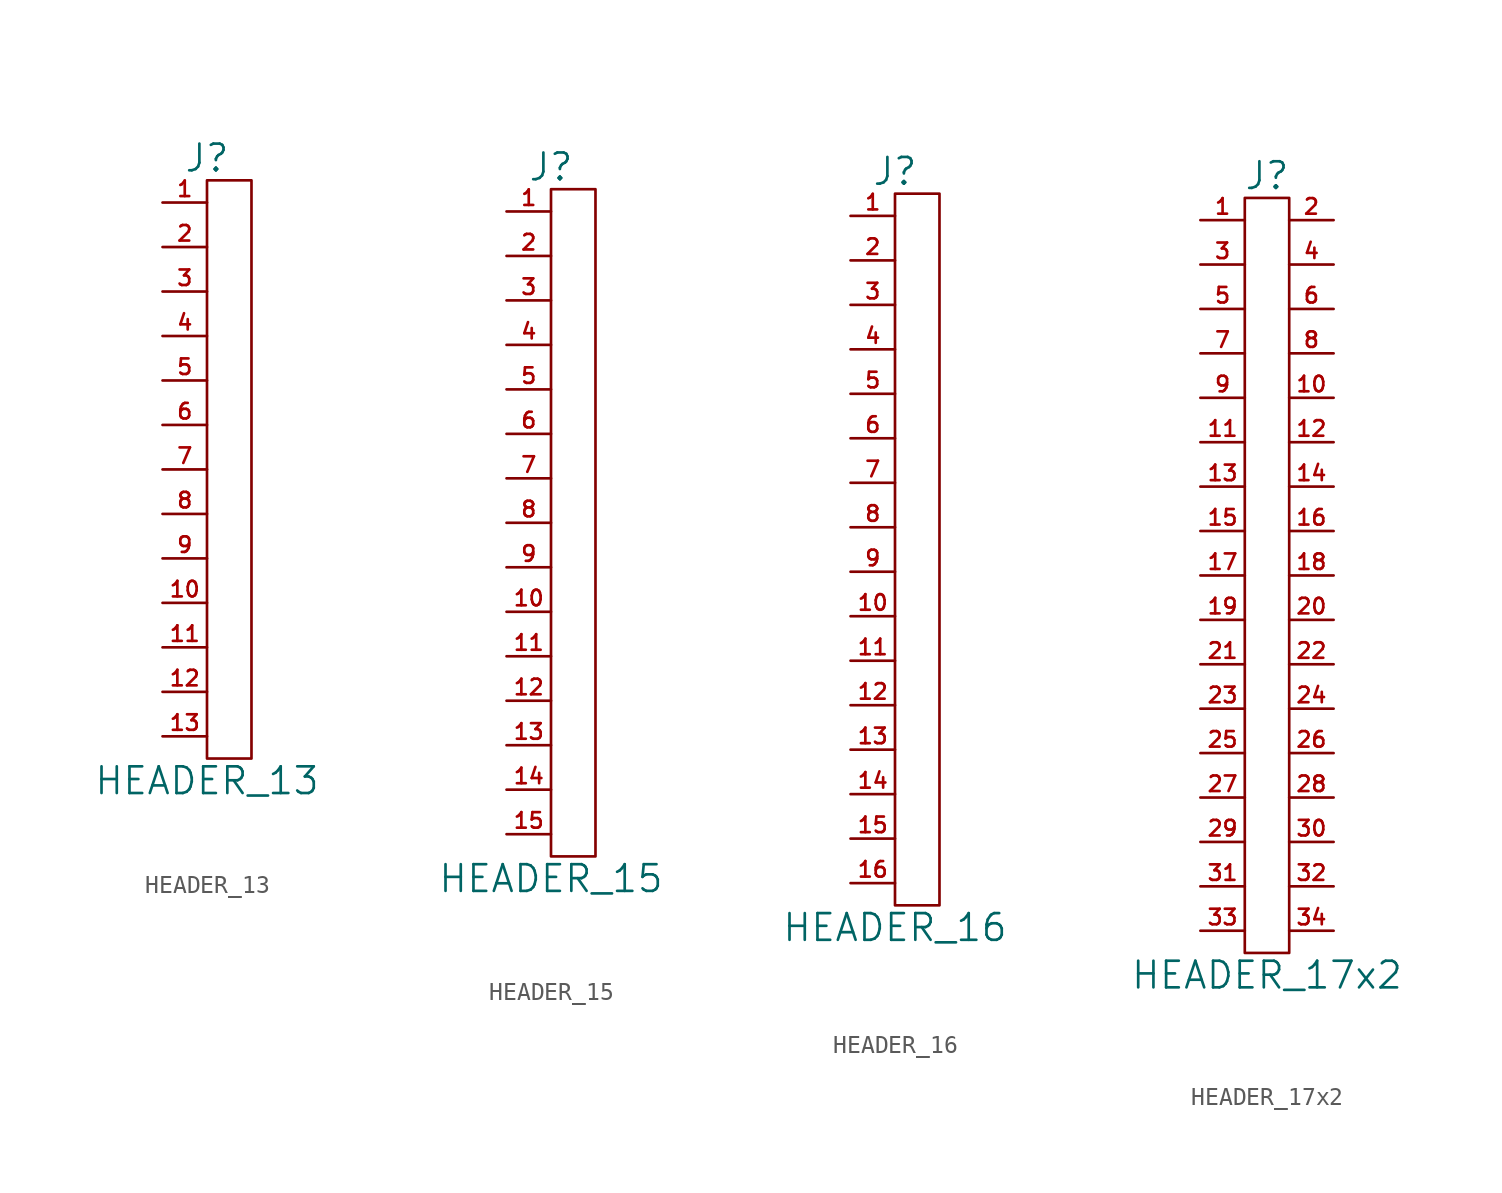
<source format=kicad_sym>
(kicad_symbol_lib
  (version 20211014)
  (generator kicad_symbol_editor)
  (symbol "HEADER_13"
    (pin_names
      (offset 0))
    (property "Reference" "J"
      (at 0 17.78 0)
      (effects (font (size 1.524 1.524))))
    (property "Value" "HEADER_13"
      (at 0 -17.78 0)
      (effects (font (size 1.524 1.524))))
    (property "Footprint" ""
      (at 0 0 0)
      (effects (font (size 1.524 1.524))))
    (property "Datasheet" ""
      (at 0 0 0)
      (effects (font (size 1.524 1.524))))
    (symbol "HEADER_13_0_1"
      (rectangle (start 2.54 16.51) (end 0 -16.51) (stroke (width 0) (type default) (color 0 0 0 0)) (fill (type none))))
    (symbol "HEADER_13_1_1"
      (pin passive line (at -2.54 15.24 0) (length 2.54) (name "~" (effects (font (size 1.27 1.27)))) (number "1" (effects (font (size 0.889 0.889)))))
      (pin passive line (at -2.54 -7.62 0) (length 2.54) (name "~" (effects (font (size 1.27 1.27)))) (number "10" (effects (font (size 0.889 0.889)))))
      (pin passive line (at -2.54 -10.16 0) (length 2.54) (name "~" (effects (font (size 1.27 1.27)))) (number "11" (effects (font (size 0.889 0.889)))))
      (pin passive line (at -2.54 -12.7 0) (length 2.54) (name "~" (effects (font (size 1.27 1.27)))) (number "12" (effects (font (size 0.889 0.889)))))
      (pin passive line (at -2.54 -15.24 0) (length 2.54) (name "~" (effects (font (size 1.27 1.27)))) (number "13" (effects (font (size 0.889 0.889)))))
      (pin passive line (at -2.54 12.7 0) (length 2.54) (name "~" (effects (font (size 1.27 1.27)))) (number "2" (effects (font (size 0.889 0.889)))))
      (pin passive line (at -2.54 10.16 0) (length 2.54) (name "~" (effects (font (size 1.27 1.27)))) (number "3" (effects (font (size 0.889 0.889)))))
      (pin passive line (at -2.54 7.62 0) (length 2.54) (name "~" (effects (font (size 1.27 1.27)))) (number "4" (effects (font (size 0.889 0.889)))))
      (pin passive line (at -2.54 5.08 0) (length 2.54) (name "~" (effects (font (size 1.27 1.27)))) (number "5" (effects (font (size 0.889 0.889)))))
      (pin passive line (at -2.54 2.54 0) (length 2.54) (name "~" (effects (font (size 1.27 1.27)))) (number "6" (effects (font (size 0.889 0.889)))))
      (pin passive line (at -2.54 0 0) (length 2.54) (name "~" (effects (font (size 1.27 1.27)))) (number "7" (effects (font (size 0.889 0.889)))))
      (pin passive line (at -2.54 -2.54 0) (length 2.54) (name "~" (effects (font (size 1.27 1.27)))) (number "8" (effects (font (size 0.889 0.889)))))
      (pin passive line (at -2.54 -5.08 0) (length 2.54) (name "~" (effects (font (size 1.27 1.27)))) (number "9" (effects (font (size 0.889 0.889)))))))
  (symbol "HEADER_15"
    (pin_names
      (offset 0))
    (property "Reference" "J"
      (at 0 20.32 0)
      (effects (font (size 1.524 1.524))))
    (property "Value" "HEADER_15"
      (at 0 -20.32 0)
      (effects (font (size 1.524 1.524))))
    (property "Footprint" ""
      (at 0 0 0)
      (effects (font (size 1.524 1.524))))
    (property "Datasheet" ""
      (at 0 0 0)
      (effects (font (size 1.524 1.524))))
    (symbol "HEADER_15_0_1"
      (rectangle (start 2.54 19.05) (end 0 -19.05) (stroke (width 0) (type default) (color 0 0 0 0)) (fill (type none))))
    (symbol "HEADER_15_1_1"
      (pin passive line (at -2.54 17.78 0) (length 2.54) (name "~" (effects (font (size 1.27 1.27)))) (number "1" (effects (font (size 0.889 0.889)))))
      (pin passive line (at -2.54 -5.08 0) (length 2.54) (name "~" (effects (font (size 1.27 1.27)))) (number "10" (effects (font (size 0.889 0.889)))))
      (pin passive line (at -2.54 -7.62 0) (length 2.54) (name "~" (effects (font (size 1.27 1.27)))) (number "11" (effects (font (size 0.889 0.889)))))
      (pin passive line (at -2.54 -10.16 0) (length 2.54) (name "~" (effects (font (size 1.27 1.27)))) (number "12" (effects (font (size 0.889 0.889)))))
      (pin passive line (at -2.54 -12.7 0) (length 2.54) (name "~" (effects (font (size 1.27 1.27)))) (number "13" (effects (font (size 0.889 0.889)))))
      (pin passive line (at -2.54 -15.24 0) (length 2.54) (name "~" (effects (font (size 1.27 1.27)))) (number "14" (effects (font (size 0.889 0.889)))))
      (pin passive line (at -2.54 -17.78 0) (length 2.54) (name "~" (effects (font (size 1.27 1.27)))) (number "15" (effects (font (size 0.889 0.889)))))
      (pin passive line (at -2.54 15.24 0) (length 2.54) (name "~" (effects (font (size 1.27 1.27)))) (number "2" (effects (font (size 0.889 0.889)))))
      (pin passive line (at -2.54 12.7 0) (length 2.54) (name "~" (effects (font (size 1.27 1.27)))) (number "3" (effects (font (size 0.889 0.889)))))
      (pin passive line (at -2.54 10.16 0) (length 2.54) (name "~" (effects (font (size 1.27 1.27)))) (number "4" (effects (font (size 0.889 0.889)))))
      (pin passive line (at -2.54 7.62 0) (length 2.54) (name "~" (effects (font (size 1.27 1.27)))) (number "5" (effects (font (size 0.889 0.889)))))
      (pin passive line (at -2.54 5.08 0) (length 2.54) (name "~" (effects (font (size 1.27 1.27)))) (number "6" (effects (font (size 0.889 0.889)))))
      (pin passive line (at -2.54 2.54 0) (length 2.54) (name "~" (effects (font (size 1.27 1.27)))) (number "7" (effects (font (size 0.889 0.889)))))
      (pin passive line (at -2.54 0 0) (length 2.54) (name "~" (effects (font (size 1.27 1.27)))) (number "8" (effects (font (size 0.889 0.889)))))
      (pin passive line (at -2.54 -2.54 0) (length 2.54) (name "~" (effects (font (size 1.27 1.27)))) (number "9" (effects (font (size 0.889 0.889)))))))
  (symbol "HEADER_16"
    (pin_names
      (offset 0))
    (property "Reference" "J"
      (at 0 21.59 0)
      (effects (font (size 1.524 1.524))))
    (property "Value" "HEADER_16"
      (at 0 -21.59 0)
      (effects (font (size 1.524 1.524))))
    (property "Footprint" ""
      (at 0 0 0)
      (effects (font (size 1.524 1.524))))
    (property "Datasheet" ""
      (at 0 0 0)
      (effects (font (size 1.524 1.524))))
    (symbol "HEADER_16_0_1"
      (rectangle (start 2.54 20.32) (end 0 -20.32) (stroke (width 0) (type default) (color 0 0 0 0)) (fill (type none))))
    (symbol "HEADER_16_1_1"
      (pin passive line (at -2.54 19.05 0) (length 2.54) (name "~" (effects (font (size 0.889 0.889)))) (number "1" (effects (font (size 0.889 0.889)))))
      (pin passive line (at -2.54 -3.81 0) (length 2.54) (name "~" (effects (font (size 1.27 1.27)))) (number "10" (effects (font (size 0.889 0.889)))))
      (pin passive line (at -2.54 -6.35 0) (length 2.54) (name "~" (effects (font (size 1.27 1.27)))) (number "11" (effects (font (size 0.889 0.889)))))
      (pin passive line (at -2.54 -8.89 0) (length 2.54) (name "~" (effects (font (size 1.27 1.27)))) (number "12" (effects (font (size 0.889 0.889)))))
      (pin passive line (at -2.54 -11.43 0) (length 2.54) (name "~" (effects (font (size 1.27 1.27)))) (number "13" (effects (font (size 0.889 0.889)))))
      (pin passive line (at -2.54 -13.97 0) (length 2.54) (name "~" (effects (font (size 1.27 1.27)))) (number "14" (effects (font (size 0.889 0.889)))))
      (pin passive line (at -2.54 -16.51 0) (length 2.54) (name "~" (effects (font (size 1.27 1.27)))) (number "15" (effects (font (size 0.889 0.889)))))
      (pin passive line (at -2.54 -19.05 0) (length 2.54) (name "~" (effects (font (size 1.27 1.27)))) (number "16" (effects (font (size 0.889 0.889)))))
      (pin passive line (at -2.54 16.51 0) (length 2.54) (name "~" (effects (font (size 1.27 1.27)))) (number "2" (effects (font (size 0.889 0.889)))))
      (pin passive line (at -2.54 13.97 0) (length 2.54) (name "~" (effects (font (size 1.27 1.27)))) (number "3" (effects (font (size 0.889 0.889)))))
      (pin passive line (at -2.54 11.43 0) (length 2.54) (name "~" (effects (font (size 1.27 1.27)))) (number "4" (effects (font (size 0.889 0.889)))))
      (pin passive line (at -2.54 8.89 0) (length 2.54) (name "~" (effects (font (size 1.27 1.27)))) (number "5" (effects (font (size 0.889 0.889)))))
      (pin passive line (at -2.54 6.35 0) (length 2.54) (name "~" (effects (font (size 1.27 1.27)))) (number "6" (effects (font (size 0.889 0.889)))))
      (pin passive line (at -2.54 3.81 0) (length 2.54) (name "~" (effects (font (size 1.27 1.27)))) (number "7" (effects (font (size 0.889 0.889)))))
      (pin passive line (at -2.54 1.27 0) (length 2.54) (name "~" (effects (font (size 1.27 1.27)))) (number "8" (effects (font (size 0.889 0.889)))))
      (pin passive line (at -2.54 -1.27 0) (length 2.54) (name "~" (effects (font (size 1.27 1.27)))) (number "9" (effects (font (size 0.889 0.889)))))))
  (symbol "HEADER_17x2"
    (pin_names
      (offset 0))
    (property "Reference" "J"
      (at 0 22.86 0)
      (effects (font (size 1.524 1.524))))
    (property "Value" "HEADER_17x2"
      (at 0 -22.86 0)
      (effects (font (size 1.524 1.524))))
    (property "Footprint" ""
      (at 0 0 0)
      (effects (font (size 1.524 1.524))))
    (property "Datasheet" ""
      (at 0 0 0)
      (effects (font (size 1.524 1.524))))
    (symbol "HEADER_17x2_0_1"
      (rectangle (start 1.27 21.59) (end -1.27 -21.59) (stroke (width 0) (type default) (color 0 0 0 0)) (fill (type none))))
    (symbol "HEADER_17x2_1_1"
      (pin passive line (at -3.81 20.32 0) (length 2.54) (name "~" (effects (font (size 0.889 0.889)))) (number "1" (effects (font (size 0.889 0.889)))))
      (pin passive line (at 3.81 10.16 180) (length 2.54) (name "~" (effects (font (size 1.27 1.27)))) (number "10" (effects (font (size 0.889 0.889)))))
      (pin passive line (at -3.81 7.62 0) (length 2.54) (name "~" (effects (font (size 1.27 1.27)))) (number "11" (effects (font (size 0.889 0.889)))))
      (pin passive line (at 3.81 7.62 180) (length 2.54) (name "~" (effects (font (size 1.27 1.27)))) (number "12" (effects (font (size 0.889 0.889)))))
      (pin passive line (at -3.81 5.08 0) (length 2.54) (name "~" (effects (font (size 1.27 1.27)))) (number "13" (effects (font (size 0.889 0.889)))))
      (pin passive line (at 3.81 5.08 180) (length 2.54) (name "~" (effects (font (size 1.27 1.27)))) (number "14" (effects (font (size 0.889 0.889)))))
      (pin passive line (at -3.81 2.54 0) (length 2.54) (name "~" (effects (font (size 1.27 1.27)))) (number "15" (effects (font (size 0.889 0.889)))))
      (pin passive line (at 3.81 2.54 180) (length 2.54) (name "~" (effects (font (size 1.27 1.27)))) (number "16" (effects (font (size 0.889 0.889)))))
      (pin passive line (at -3.81 0 0) (length 2.54) (name "~" (effects (font (size 1.27 1.27)))) (number "17" (effects (font (size 0.889 0.889)))))
      (pin passive line (at 3.81 0 180) (length 2.54) (name "~" (effects (font (size 1.27 1.27)))) (number "18" (effects (font (size 0.889 0.889)))))
      (pin passive line (at -3.81 -2.54 0) (length 2.54) (name "~" (effects (font (size 1.27 1.27)))) (number "19" (effects (font (size 0.889 0.889)))))
      (pin passive line (at 3.81 20.32 180) (length 2.54) (name "~" (effects (font (size 1.27 1.27)))) (number "2" (effects (font (size 0.889 0.889)))))
      (pin passive line (at 3.81 -2.54 180) (length 2.54) (name "~" (effects (font (size 1.27 1.27)))) (number "20" (effects (font (size 0.889 0.889)))))
      (pin passive line (at -3.81 -5.08 0) (length 2.54) (name "~" (effects (font (size 1.27 1.27)))) (number "21" (effects (font (size 0.889 0.889)))))
      (pin passive line (at 3.81 -5.08 180) (length 2.54) (name "~" (effects (font (size 1.27 1.27)))) (number "22" (effects (font (size 0.889 0.889)))))
      (pin passive line (at -3.81 -7.62 0) (length 2.54) (name "~" (effects (font (size 1.27 1.27)))) (number "23" (effects (font (size 0.889 0.889)))))
      (pin passive line (at 3.81 -7.62 180) (length 2.54) (name "~" (effects (font (size 1.27 1.27)))) (number "24" (effects (font (size 0.889 0.889)))))
      (pin passive line (at -3.81 -10.16 0) (length 2.54) (name "~" (effects (font (size 1.27 1.27)))) (number "25" (effects (font (size 0.889 0.889)))))
      (pin passive line (at 3.81 -10.16 180) (length 2.54) (name "~" (effects (font (size 1.27 1.27)))) (number "26" (effects (font (size 0.889 0.889)))))
      (pin passive line (at -3.81 -12.7 0) (length 2.54) (name "~" (effects (font (size 1.27 1.27)))) (number "27" (effects (font (size 0.889 0.889)))))
      (pin passive line (at 3.81 -12.7 180) (length 2.54) (name "~" (effects (font (size 1.27 1.27)))) (number "28" (effects (font (size 0.889 0.889)))))
      (pin passive line (at -3.81 -15.24 0) (length 2.54) (name "~" (effects (font (size 1.27 1.27)))) (number "29" (effects (font (size 0.889 0.889)))))
      (pin passive line (at -3.81 17.78 0) (length 2.54) (name "~" (effects (font (size 1.27 1.27)))) (number "3" (effects (font (size 0.889 0.889)))))
      (pin passive line (at 3.81 -15.24 180) (length 2.54) (name "~" (effects (font (size 1.27 1.27)))) (number "30" (effects (font (size 0.889 0.889)))))
      (pin passive line (at -3.81 -17.78 0) (length 2.54) (name "~" (effects (font (size 1.27 1.27)))) (number "31" (effects (font (size 0.889 0.889)))))
      (pin passive line (at 3.81 -17.78 180) (length 2.54) (name "~" (effects (font (size 1.27 1.27)))) (number "32" (effects (font (size 0.889 0.889)))))
      (pin passive line (at -3.81 -20.32 0) (length 2.54) (name "~" (effects (font (size 1.27 1.27)))) (number "33" (effects (font (size 0.889 0.889)))))
      (pin passive line (at 3.81 -20.32 180) (length 2.54) (name "~" (effects (font (size 1.27 1.27)))) (number "34" (effects (font (size 0.889 0.889)))))
      (pin passive line (at 3.81 17.78 180) (length 2.54) (name "~" (effects (font (size 1.27 1.27)))) (number "4" (effects (font (size 0.889 0.889)))))
      (pin passive line (at -3.81 15.24 0) (length 2.54) (name "~" (effects (font (size 1.27 1.27)))) (number "5" (effects (font (size 0.889 0.889)))))
      (pin passive line (at 3.81 15.24 180) (length 2.54) (name "~" (effects (font (size 1.27 1.27)))) (number "6" (effects (font (size 0.889 0.889)))))
      (pin passive line (at -3.81 12.7 0) (length 2.54) (name "~" (effects (font (size 1.27 1.27)))) (number "7" (effects (font (size 0.889 0.889)))))
      (pin passive line (at 3.81 12.7 180) (length 2.54) (name "~" (effects (font (size 1.27 1.27)))) (number "8" (effects (font (size 0.889 0.889)))))
      (pin passive line (at -3.81 10.16 0) (length 2.54) (name "~" (effects (font (size 1.27 1.27)))) (number "9" (effects (font (size 0.889 0.889))))))))
</source>
